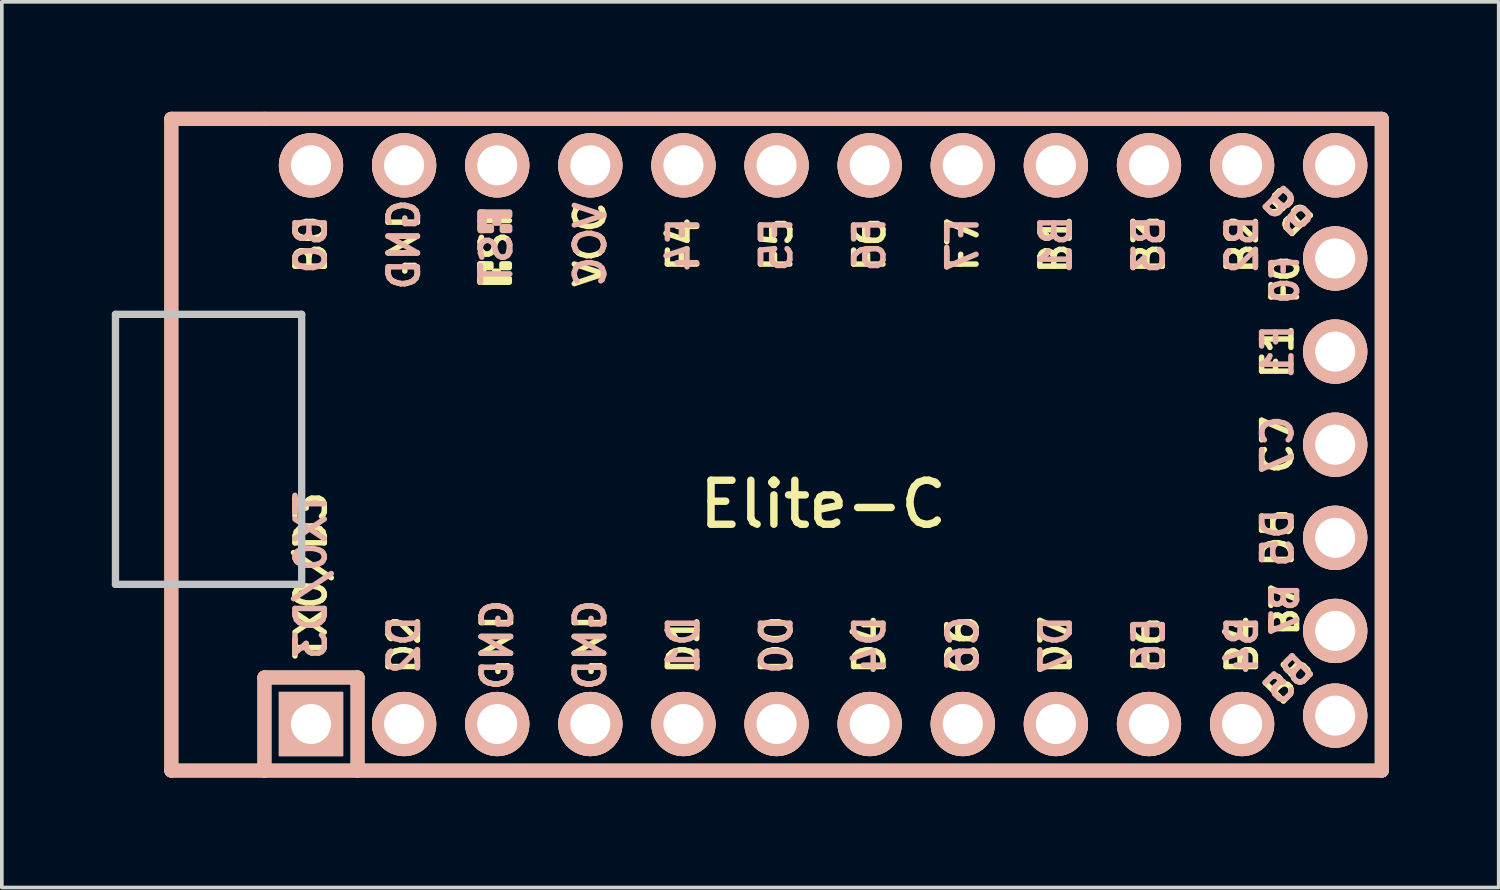
<source format=kicad_pcb>
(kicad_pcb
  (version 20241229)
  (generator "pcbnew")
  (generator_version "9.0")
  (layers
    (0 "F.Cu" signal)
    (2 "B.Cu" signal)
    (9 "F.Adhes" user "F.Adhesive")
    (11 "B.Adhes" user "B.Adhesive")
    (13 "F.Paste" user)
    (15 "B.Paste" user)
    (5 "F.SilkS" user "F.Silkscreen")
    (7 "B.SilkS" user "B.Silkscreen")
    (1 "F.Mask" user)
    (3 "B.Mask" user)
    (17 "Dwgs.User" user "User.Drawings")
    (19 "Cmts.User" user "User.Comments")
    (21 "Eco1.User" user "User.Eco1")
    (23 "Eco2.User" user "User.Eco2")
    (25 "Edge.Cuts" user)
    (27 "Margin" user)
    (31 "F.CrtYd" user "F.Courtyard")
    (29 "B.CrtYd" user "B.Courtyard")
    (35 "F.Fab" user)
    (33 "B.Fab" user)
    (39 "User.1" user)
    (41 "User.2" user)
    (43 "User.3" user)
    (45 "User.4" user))
  (footprint "Elite-C"
    (layer "F.Cu")
    (at 19.404 9.081)
    (property "Reference" "Elite-C" (at 0 1.625 0) (layer "F.SilkS") (effects (font (size 1.2 1.2) (thickness 0.203))))
    (attr through_hole)
    (fp_line (start -17.78 -8.89) (end -17.78 8.89) (stroke (width 0.381) (type solid)) (layer "F.SilkS"))
    (fp_line (start -17.78 8.89) (end -15.24 8.89) (stroke (width 0.381) (type solid)) (layer "F.SilkS"))
    (fp_line (start -15.24 -8.89) (end -17.78 -8.89) (stroke (width 0.381) (type solid)) (layer "F.SilkS"))
    (fp_line (start -15.24 6.35) (end -15.24 8.89) (stroke (width 0.381) (type solid)) (layer "F.SilkS"))
    (fp_line (start -15.24 6.35) (end -12.7 6.35) (stroke (width 0.381) (type solid)) (layer "F.SilkS"))
    (fp_line (start -15.24 8.89) (end 15.24 8.89) (stroke (width 0.381) (type solid)) (layer "F.SilkS"))
    (fp_line (start -12.7 6.35) (end -12.7 8.89) (stroke (width 0.381) (type solid)) (layer "F.SilkS"))
    (fp_line (start 15.24 -8.89) (end -15.24 -8.89) (stroke (width 0.381) (type solid)) (layer "F.SilkS"))
    (fp_line (start 15.24 8.89) (end 15.24 -8.89) (stroke (width 0.381) (type solid)) (layer "F.SilkS"))
    (fp_poly (pts (xy -9.361 -4.932) (xy -9.261 -4.932) (xy -9.261 -4.432) (xy -9.361 -4.432)) (stroke (width 0.15) (type solid)) (fill yes) (layer "F.SilkS"))
    (fp_poly (pts (xy -9.361 -4.932) (xy -9.061 -4.932) (xy -9.061 -4.832) (xy -9.361 -4.832)) (stroke (width 0.15) (type solid)) (fill yes) (layer "F.SilkS"))
    (fp_poly (pts (xy -9.361 -4.532) (xy -8.561 -4.532) (xy -8.561 -4.432) (xy -9.361 -4.432)) (stroke (width 0.15) (type solid)) (fill yes) (layer "F.SilkS"))
    (fp_poly (pts (xy -8.961 -4.732) (xy -8.861 -4.732) (xy -8.861 -4.632) (xy -8.961 -4.632)) (stroke (width 0.15) (type solid)) (fill yes) (layer "F.SilkS"))
    (fp_poly (pts (xy -8.761 -4.932) (xy -8.561 -4.932) (xy -8.561 -4.832) (xy -8.761 -4.832)) (stroke (width 0.15) (type solid)) (fill yes) (layer "F.SilkS"))
    (fp_line (start -17.78 -8.89) (end -17.78 8.89) (stroke (width 0.381) (type solid)) (layer "B.SilkS"))
    (fp_line (start -17.78 8.89) (end 15.24 8.89) (stroke (width 0.381) (type solid)) (layer "B.SilkS"))
    (fp_line (start -15.24 6.35) (end -15.24 8.89) (stroke (width 0.381) (type solid)) (layer "B.SilkS"))
    (fp_line (start -15.24 6.35) (end -12.7 6.35) (stroke (width 0.381) (type solid)) (layer "B.SilkS"))
    (fp_line (start -12.7 6.35) (end -12.7 8.89) (stroke (width 0.381) (type solid)) (layer "B.SilkS"))
    (fp_line (start 15.24 -8.89) (end -17.78 -8.89) (stroke (width 0.381) (type solid)) (layer "B.SilkS"))
    (fp_line (start 15.24 8.89) (end 15.24 -8.89) (stroke (width 0.381) (type solid)) (layer "B.SilkS"))
    (fp_poly (pts (xy -9.351 -6.245) (xy -8.551 -6.245) (xy -8.551 -6.345) (xy -9.351 -6.345)) (stroke (width 0.15) (type solid)) (fill yes) (layer "B.SilkS"))
    (fp_poly (pts (xy -9.351 -5.845) (xy -9.251 -5.845) (xy -9.251 -6.345) (xy -9.351 -6.345)) (stroke (width 0.15) (type solid)) (fill yes) (layer "B.SilkS"))
    (fp_poly (pts (xy -9.351 -5.845) (xy -9.051 -5.845) (xy -9.051 -5.945) (xy -9.351 -5.945)) (stroke (width 0.15) (type solid)) (fill yes) (layer "B.SilkS"))
    (fp_poly (pts (xy -8.951 -6.045) (xy -8.851 -6.045) (xy -8.851 -6.145) (xy -8.951 -6.145)) (stroke (width 0.15) (type solid)) (fill yes) (layer "B.SilkS"))
    (fp_poly (pts (xy -8.751 -5.845) (xy -8.551 -5.845) (xy -8.551 -5.945) (xy -8.751 -5.945)) (stroke (width 0.15) (type solid)) (fill yes) (layer "B.SilkS"))
    (fp_line (start -19.304 -3.556) (end -14.224 -3.556) (stroke (width 0.2) (type solid)) (layer "Dwgs.User"))
    (fp_line (start -19.304 3.81) (end -19.304 -3.556) (stroke (width 0.2) (type solid)) (layer "Dwgs.User"))
    (fp_line (start -14.224 -3.556) (end -14.224 3.81) (stroke (width 0.2) (type solid)) (layer "Dwgs.User"))
    (fp_line (start -14.224 3.81) (end -19.304 3.81) (stroke (width 0.2) (type solid)) (layer "Dwgs.User"))
    (fp_text user "F6" (at 1.27 -5.461 90) (layer "F.SilkS") (effects (font (size 0.8 0.8) (thickness 0.15))))
    (fp_text user "F1" (at 12.4 -2.54 90) (layer "F.SilkS") (effects (font (size 0.8 0.8) (thickness 0.15))))
    (fp_text user "D0" (at -1.27 5.461 90) (layer "F.SilkS") (effects (font (size 0.8 0.8) (thickness 0.15))))
    (fp_text user "D4" (at 1.27 5.461 90) (layer "F.SilkS") (effects (font (size 0.8 0.8) (thickness 0.15))))
    (fp_text user "B4" (at 11.43 5.461 90) (layer "F.SilkS") (effects (font (size 0.8 0.8) (thickness 0.15))))
    (fp_text user "E6" (at 8.89 5.461 90) (layer "F.SilkS") (effects (font (size 0.8 0.8) (thickness 0.15))))
    (fp_text user "B3" (at 8.89 -5.461 90) (layer "F.SilkS") (effects (font (size 0.8 0.8) (thickness 0.15))))
    (fp_text user "B6" (at 12.7 -6.4 135) (unlocked yes) (layer "F.SilkS") (effects (font (size 0.7 0.7) (thickness 0.15))))
    (fp_text user "D5" (at 12.4 2.54 90) (layer "F.SilkS") (effects (font (size 0.8 0.8) (thickness 0.15))))
    (fp_text user "F5" (at -1.27 -5.461 90) (layer "F.SilkS") (effects (font (size 0.8 0.8) (thickness 0.15))))
    (fp_text user "B2" (at 11.43 -5.461 90) (layer "F.SilkS") (effects (font (size 0.8 0.8) (thickness 0.15))))
    (fp_text user "D2" (at -11.43 5.461 90) (layer "F.SilkS") (effects (font (size 0.8 0.8) (thickness 0.15))))
    (fp_text user "VCC" (at -6.35 -5.461 90) (layer "F.SilkS") (effects (font (size 0.8 0.8) (thickness 0.15))))
    (fp_text user "D1" (at -3.81 5.461 90) (layer "F.SilkS") (effects (font (size 0.8 0.8) (thickness 0.15))))
    (fp_text user "C6" (at 3.81 5.461 90) (layer "F.SilkS") (effects (font (size 0.8 0.8) (thickness 0.15))))
    (fp_text user "GND" (at -8.89 5.461 90) (layer "F.SilkS") (effects (font (size 0.8 0.8) (thickness 0.15))))
    (fp_text user "B7" (at 12.6 4.5 90) (layer "F.SilkS") (effects (font (size 0.7 0.7) (thickness 0.15))))
    (fp_text user "ST" (at -8.92 -5.733 90) (layer "F.SilkS") (effects (font (size 0.8 0.8) (thickness 0.15))))
    (fp_text user "C7" (at 12.4 0 90) (layer "F.SilkS") (effects (font (size 0.8 0.8) (thickness 0.15))))
    (fp_text user "F4" (at -3.81 -5.461 90) (layer "F.SilkS") (effects (font (size 0.8 0.8) (thickness 0.15))))
    (fp_text user "B5" (at 12.7 6.4 45) (layer "F.SilkS") (effects (font (size 0.7 0.7) (thickness 0.15))))
    (fp_text user "GND" (at -11.43 -5.461 90) (layer "F.SilkS") (effects (font (size 0.8 0.8) (thickness 0.15))))
    (fp_text user "F7" (at 3.81 -5.461 90) (layer "F.SilkS") (effects (font (size 0.8 0.8) (thickness 0.15))))
    (fp_text user "B0" (at -13.97 -5.461 90) (layer "F.SilkS") (effects (font (size 0.8 0.8) (thickness 0.15))))
    (fp_text user "GND" (at -6.35 5.461 90) (layer "F.SilkS") (effects (font (size 0.8 0.8) (thickness 0.15))))
    (fp_text user "B1" (at 6.35 -5.461 90) (layer "F.SilkS") (effects (font (size 0.8 0.8) (thickness 0.15))))
    (fp_text user "F0" (at 12.6 -4.5 90) (layer "F.SilkS") (effects (font (size 0.7 0.7) (thickness 0.15))))
    (fp_text user "D7" (at 6.35 5.461 90) (layer "F.SilkS") (effects (font (size 0.8 0.8) (thickness 0.15))))
    (fp_text user "TX0/D3" (at -13.97 3.572 90) (layer "F.SilkS") (effects (font (size 0.8 0.8) (thickness 0.15))))
    (fp_text user "F6" (at 1.27 -5.461 90) (layer "B.SilkS") (effects (font (size 0.8 0.8) (thickness 0.15)) (justify mirror)))
    (fp_text user "D1" (at -3.81 5.461 90) (layer "B.SilkS") (effects (font (size 0.8 0.8) (thickness 0.15)) (justify mirror)))
    (fp_text user "D4" (at 1.27 5.461 90) (layer "B.SilkS") (effects (font (size 0.8 0.8) (thickness 0.15)) (justify mirror)))
    (fp_text user "B2" (at 11.43 -5.461 90) (layer "B.SilkS") (effects (font (size 0.8 0.8) (thickness 0.15)) (justify mirror)))
    (fp_text user "F7" (at 3.81 -5.461 90) (layer "B.SilkS") (effects (font (size 0.8 0.8) (thickness 0.15)) (justify mirror)))
    (fp_text user "B6" (at 12.7 -6.4 135) (unlocked yes) (layer "B.SilkS") (effects (font (size 0.7 0.7) (thickness 0.15)) (justify mirror)))
    (fp_text user "C6" (at 3.81 5.461 90) (layer "B.SilkS") (effects (font (size 0.8 0.8) (thickness 0.15)) (justify mirror)))
    (fp_text user "C7" (at 12.4 0 90) (layer "B.SilkS") (effects (font (size 0.8 0.8) (thickness 0.15)) (justify mirror)))
    (fp_text user "B1" (at 6.35 -5.461 90) (layer "B.SilkS") (effects (font (size 0.8 0.8) (thickness 0.15)) (justify mirror)))
    (fp_text user "ST" (at -8.91 -5.04 90) (layer "B.SilkS") (effects (font (size 0.8 0.8) (thickness 0.15)) (justify mirror)))
    (fp_text user "F5" (at -1.27 -5.461 90) (layer "B.SilkS") (effects (font (size 0.8 0.8) (thickness 0.15)) (justify mirror)))
    (fp_text user "B5" (at 12.7 6.4 45) (layer "B.SilkS") (effects (font (size 0.7 0.7) (thickness 0.15)) (justify mirror)))
    (fp_text user "GND" (at -11.43 -5.461 90) (layer "B.SilkS") (effects (font (size 0.8 0.8) (thickness 0.15)) (justify mirror)))
    (fp_text user "B3" (at 8.89 -5.461 90) (layer "B.SilkS") (effects (font (size 0.8 0.8) (thickness 0.15)) (justify mirror)))
    (fp_text user "GND" (at -8.89 5.461 90) (layer "B.SilkS") (effects (font (size 0.8 0.8) (thickness 0.15)) (justify mirror)))
    (fp_text user "D5" (at 12.4 2.54 90) (layer "B.SilkS") (effects (font (size 0.8 0.8) (thickness 0.15)) (justify mirror)))
    (fp_text user "TX0/D3" (at -13.97 3.572 90) (layer "B.SilkS") (effects (font (size 0.8 0.8) (thickness 0.15)) (justify mirror)))
    (fp_text user "D2" (at -11.43 5.461 90) (layer "B.SilkS") (effects (font (size 0.8 0.8) (thickness 0.15)) (justify mirror)))
    (fp_text user "D0" (at -1.27 5.461 90) (layer "B.SilkS") (effects (font (size 0.8 0.8) (thickness 0.15)) (justify mirror)))
    (fp_text user "VCC" (at -6.35 -5.461 90) (layer "B.SilkS") (effects (font (size 0.8 0.8) (thickness 0.15)) (justify mirror)))
    (fp_text user "F4" (at -3.81 -5.461 90) (layer "B.SilkS") (effects (font (size 0.8 0.8) (thickness 0.15)) (justify mirror)))
    (fp_text user "B4" (at 11.43 5.461 90) (layer "B.SilkS") (effects (font (size 0.8 0.8) (thickness 0.15)) (justify mirror)))
    (fp_text user "GND" (at -6.35 5.461 90) (layer "B.SilkS") (effects (font (size 0.8 0.8) (thickness 0.15)) (justify mirror)))
    (fp_text user "E6" (at 8.89 5.461 90) (layer "B.SilkS") (effects (font (size 0.8 0.8) (thickness 0.15)) (justify mirror)))
    (fp_text user "D7" (at 6.35 5.461 90) (layer "B.SilkS") (effects (font (size 0.8 0.8) (thickness 0.15)) (justify mirror)))
    (fp_text user "B7" (at 12.6 4.5 90) (layer "B.SilkS") (effects (font (size 0.7 0.7) (thickness 0.15)) (justify mirror)))
    (fp_text user "B0" (at -13.97 -5.461 90) (layer "B.SilkS") (effects (font (size 0.8 0.8) (thickness 0.15)) (justify mirror)))
    (fp_text user "F1" (at 12.4 -2.54 90) (layer "B.SilkS") (effects (font (size 0.8 0.8) (thickness 0.15)) (justify mirror)))
    (fp_text user "F0" (at 12.6 -4.5 90) (layer "B.SilkS") (effects (font (size 0.7 0.7) (thickness 0.15)) (justify mirror)))
    (pad "1" thru_hole rect (at -13.97 7.62) (size 1.753 1.753) (drill 1.092) (layers "*.Cu" "*.SilkS" "*.Mask"))
    (pad "2" thru_hole circle (at -11.43 7.62) (size 1.753 1.753) (drill 1.092) (layers "*.Cu" "*.SilkS" "*.Mask"))
    (pad "3" thru_hole circle (at -8.89 7.62) (size 1.753 1.753) (drill 1.092) (layers "*.Cu" "*.SilkS" "*.Mask"))
    (pad "4" thru_hole circle (at -6.35 7.62) (size 1.753 1.753) (drill 1.092) (layers "*.Cu" "*.SilkS" "*.Mask"))
    (pad "5" thru_hole circle (at -3.81 7.62) (size 1.753 1.753) (drill 1.092) (layers "*.Cu" "*.SilkS" "*.Mask"))
    (pad "6" thru_hole circle (at -1.27 7.62) (size 1.753 1.753) (drill 1.092) (layers "*.Cu" "*.SilkS" "*.Mask"))
    (pad "7" thru_hole circle (at 1.27 7.62) (size 1.753 1.753) (drill 1.092) (layers "*.Cu" "*.SilkS" "*.Mask"))
    (pad "8" thru_hole circle (at 3.81 7.62) (size 1.753 1.753) (drill 1.092) (layers "*.Cu" "*.SilkS" "*.Mask"))
    (pad "9" thru_hole circle (at 6.35 7.62) (size 1.753 1.753) (drill 1.092) (layers "*.Cu" "*.SilkS" "*.Mask"))
    (pad "10" thru_hole circle (at 8.89 7.62) (size 1.753 1.753) (drill 1.092) (layers "*.Cu" "*.SilkS" "*.Mask"))
    (pad "11" thru_hole circle (at 11.43 7.62) (size 1.753 1.753) (drill 1.092) (layers "*.Cu" "*.SilkS" "*.Mask"))
    (pad "12" thru_hole circle (at 13.97 7.391) (size 1.753 1.753) (drill 1.092) (layers "*.Cu" "*.SilkS" "*.Mask"))
    (pad "13" thru_hole circle (at 13.97 -7.62) (size 1.753 1.753) (drill 1.092) (layers "*.Cu" "*.SilkS" "*.Mask"))
    (pad "14" thru_hole circle (at 11.43 -7.62) (size 1.753 1.753) (drill 1.092) (layers "*.Cu" "*.SilkS" "*.Mask"))
    (pad "15" thru_hole circle (at 8.89 -7.62) (size 1.753 1.753) (drill 1.092) (layers "*.Cu" "*.SilkS" "*.Mask"))
    (pad "16" thru_hole circle (at 6.35 -7.62) (size 1.753 1.753) (drill 1.092) (layers "*.Cu" "*.SilkS" "*.Mask"))
    (pad "17" thru_hole circle (at 3.81 -7.62) (size 1.753 1.753) (drill 1.092) (layers "*.Cu" "*.SilkS" "*.Mask"))
    (pad "18" thru_hole circle (at 1.27 -7.62) (size 1.753 1.753) (drill 1.092) (layers "*.Cu" "*.SilkS" "*.Mask"))
    (pad "19" thru_hole circle (at -1.27 -7.62) (size 1.753 1.753) (drill 1.092) (layers "*.Cu" "*.SilkS" "*.Mask"))
    (pad "20" thru_hole circle (at -3.81 -7.62) (size 1.753 1.753) (drill 1.092) (layers "*.Cu" "*.SilkS" "*.Mask"))
    (pad "21" thru_hole circle (at -6.35 -7.62) (size 1.753 1.753) (drill 1.092) (layers "*.Cu" "*.SilkS" "*.Mask"))
    (pad "22" thru_hole circle (at -8.89 -7.62) (size 1.753 1.753) (drill 1.092) (layers "*.Cu" "*.SilkS" "*.Mask"))
    (pad "23" thru_hole circle (at -11.43 -7.62) (size 1.753 1.753) (drill 1.092) (layers "*.Cu" "*.SilkS" "*.Mask"))
    (pad "24" thru_hole circle (at -13.97 -7.62) (size 1.753 1.753) (drill 1.092) (layers "*.Cu" "*.SilkS" "*.Mask"))
    (pad "25" thru_hole circle (at 13.97 5.08) (size 1.753 1.753) (drill 1.092) (layers "*.Cu" "*.SilkS" "*.Mask"))
    (pad "26" thru_hole circle (at 13.97 2.54) (size 1.753 1.753) (drill 1.092) (layers "*.Cu" "*.SilkS" "*.Mask"))
    (pad "27" thru_hole circle (at 13.97 0) (size 1.753 1.753) (drill 1.092) (layers "*.Cu" "*.SilkS" "*.Mask"))
    (pad "28" thru_hole circle (at 13.97 -2.54) (size 1.753 1.753) (drill 1.092) (layers "*.Cu" "*.SilkS" "*.Mask"))
    (pad "29" thru_hole circle (at 13.97 -5.08) (size 1.753 1.753) (drill 1.092) (layers "*.Cu" "*.SilkS" "*.Mask")))
  (gr_rect
    (start -3 -3)
    (end 37.834 21.161)
    (stroke (width 0.1) (type default))
    (fill no)
    (layer "Edge.Cuts")))
</source>
